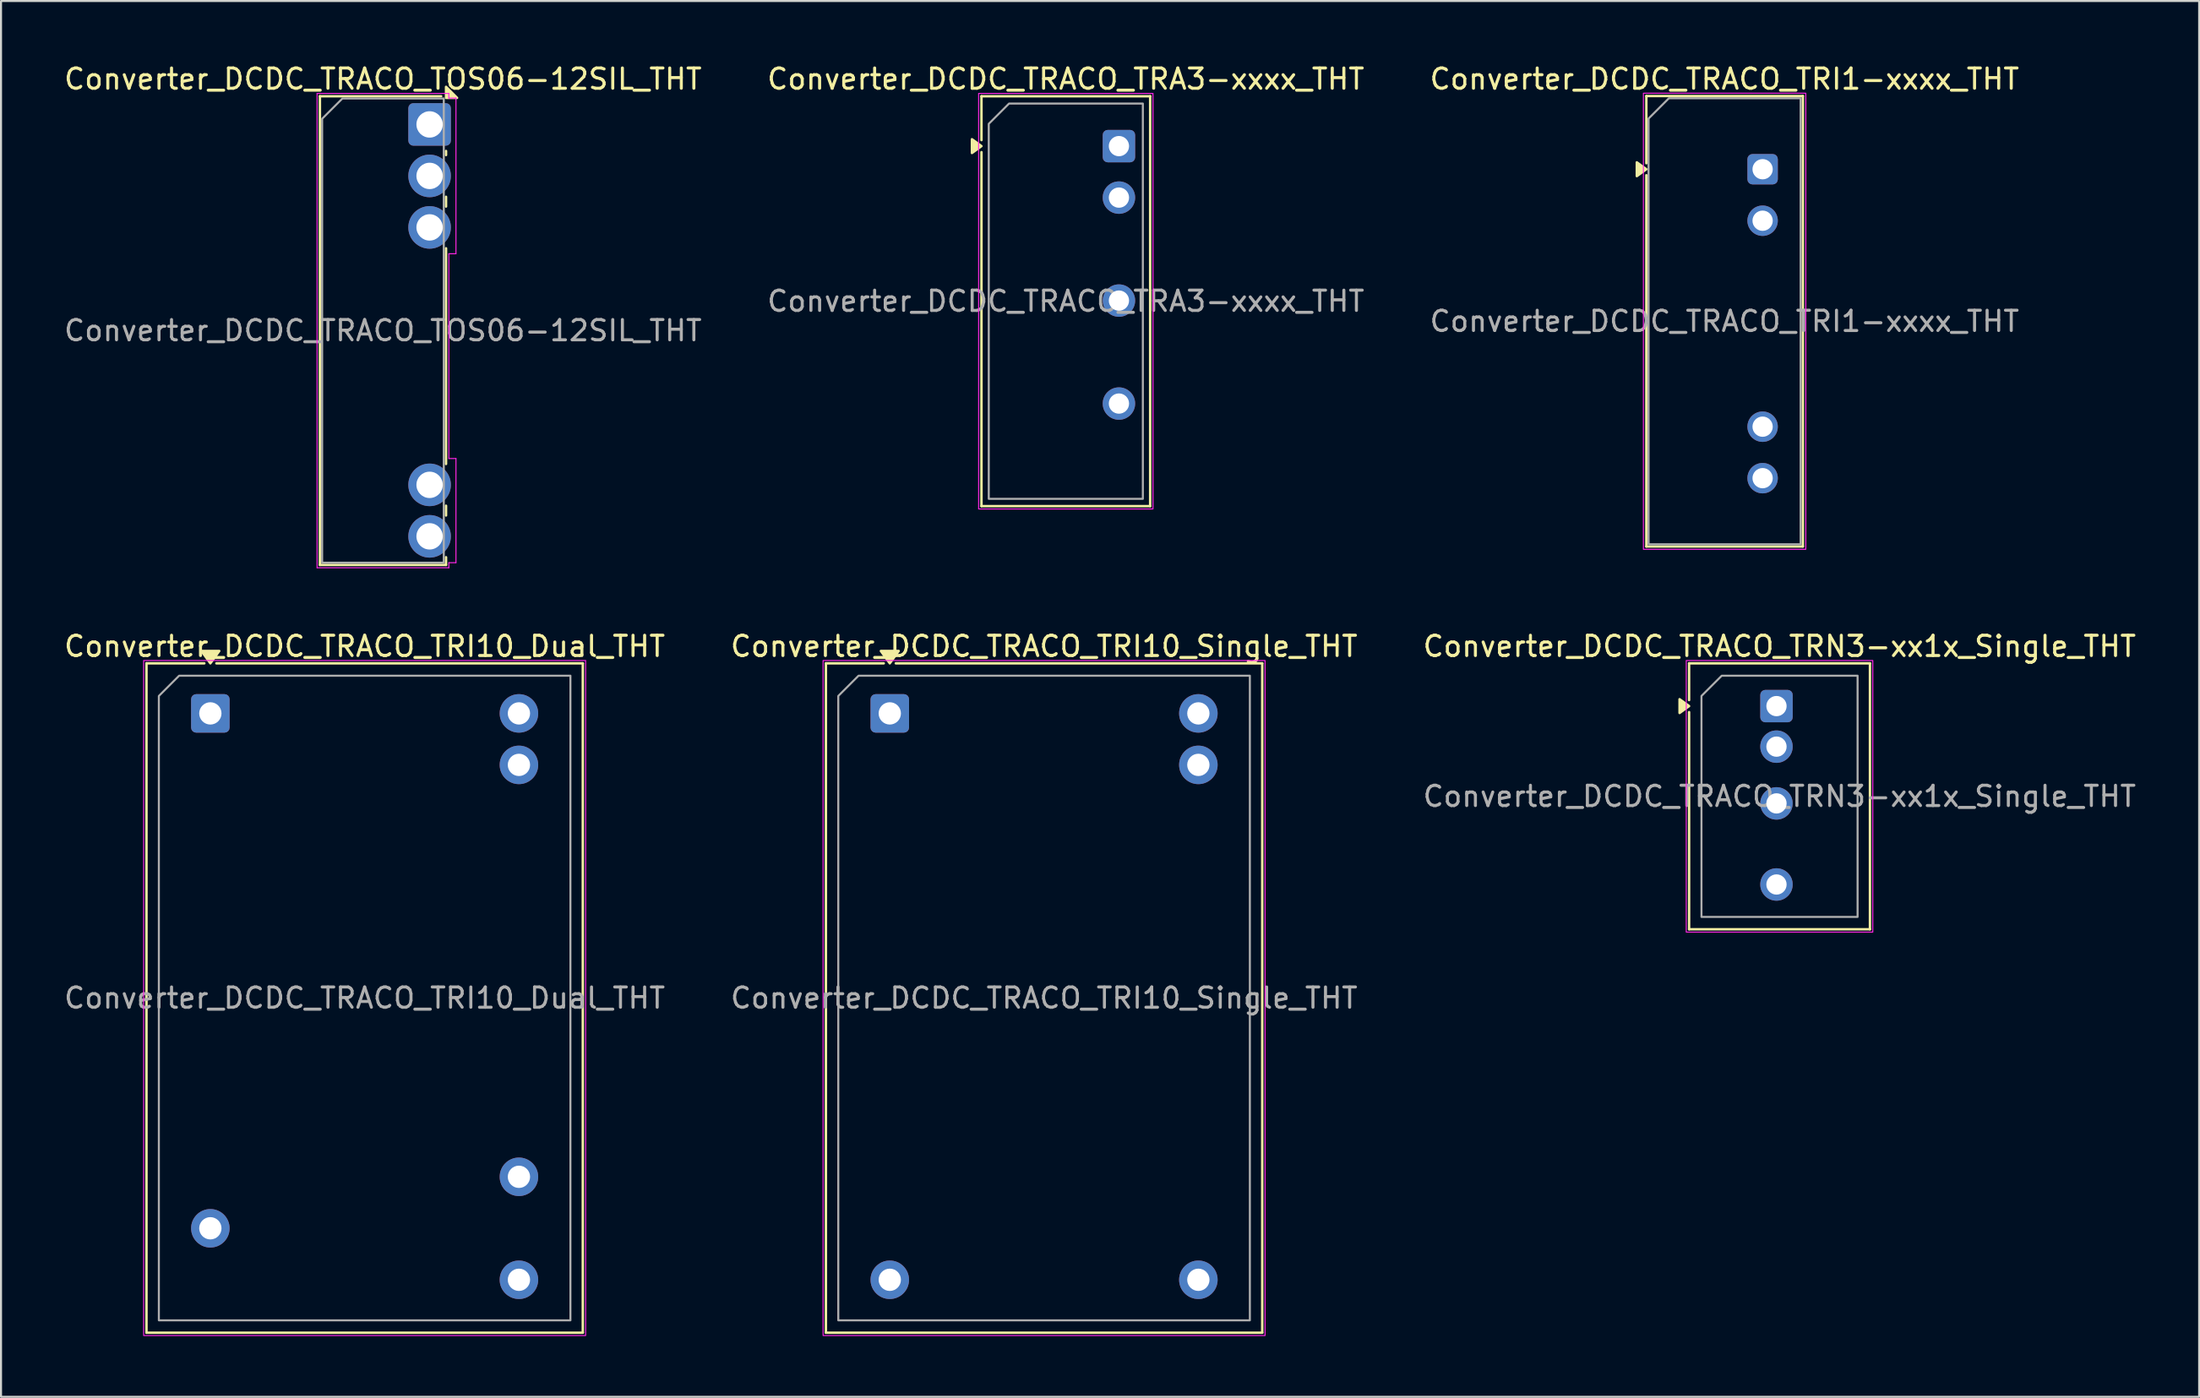
<source format=kicad_pcb>
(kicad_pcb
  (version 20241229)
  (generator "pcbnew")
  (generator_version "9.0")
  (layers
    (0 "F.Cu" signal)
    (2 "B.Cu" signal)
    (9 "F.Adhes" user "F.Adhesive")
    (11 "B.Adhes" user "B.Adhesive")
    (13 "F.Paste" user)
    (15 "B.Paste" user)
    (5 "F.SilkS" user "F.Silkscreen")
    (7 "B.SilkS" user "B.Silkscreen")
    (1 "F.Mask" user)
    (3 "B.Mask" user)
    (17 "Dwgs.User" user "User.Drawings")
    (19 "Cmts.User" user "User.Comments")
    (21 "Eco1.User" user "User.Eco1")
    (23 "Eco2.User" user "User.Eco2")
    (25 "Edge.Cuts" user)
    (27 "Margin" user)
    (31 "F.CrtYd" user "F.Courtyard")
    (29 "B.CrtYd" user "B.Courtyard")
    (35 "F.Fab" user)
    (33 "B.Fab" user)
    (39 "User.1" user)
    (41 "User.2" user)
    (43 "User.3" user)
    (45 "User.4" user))
  (footprint "Converter_DCDC_TRACO_TOS06-12SIL_THT"
    (layer "F.Cu")
    (at 18.139 3.088)
    (property "Reference" "Converter_DCDC_TRACO_TOS06-12SIL_THT" (at -2.3 -2.24 0) (layer "F.SilkS") (effects (font (size 1 1) (thickness 0.15))))
    (attr through_hole)
    (fp_line (start -5.41 -1.39) (end 0.57 -1.39) (stroke (width 0.12) (type solid)) (layer "F.SilkS"))
    (fp_line (start -5.41 21.73) (end -5.41 -1.39) (stroke (width 0.12) (type solid)) (layer "F.SilkS"))
    (fp_line (start 0.81 1.31) (end 0.81 1.51) (stroke (width 0.12) (type solid)) (layer "F.SilkS"))
    (fp_line (start 0.81 3.57) (end 0.81 4.05) (stroke (width 0.12) (type solid)) (layer "F.SilkS"))
    (fp_line (start 0.81 6.11) (end 0.81 16.75) (stroke (width 0.12) (type solid)) (layer "F.SilkS"))
    (fp_line (start 0.81 18.81) (end 0.81 19.29) (stroke (width 0.12) (type solid)) (layer "F.SilkS"))
    (fp_line (start 0.81 21.35) (end 0.81 21.73) (stroke (width 0.12) (type solid)) (layer "F.SilkS"))
    (fp_line (start 0.81 21.73) (end -5.41 21.73) (stroke (width 0.12) (type solid)) (layer "F.SilkS"))
    (fp_poly (pts (xy 0.81 -1.31) (xy 0.81 -1.854) (xy 1.354 -1.31)) (stroke (width 0.12) (type solid)) (fill yes) (layer "F.SilkS"))
    (fp_line (start -5.55 -1.53) (end 0.95 -1.53) (stroke (width 0.05) (type solid)) (layer "F.CrtYd"))
    (fp_line (start -5.55 21.87) (end -5.55 -1.53) (stroke (width 0.05) (type solid)) (layer "F.CrtYd"))
    (fp_line (start 0.95 -1.53) (end 0.95 -1.3) (stroke (width 0.05) (type solid)) (layer "F.CrtYd"))
    (fp_line (start 0.95 -1.3) (end 1.3 -1.3) (stroke (width 0.05) (type solid)) (layer "F.CrtYd"))
    (fp_line (start 0.95 6.38) (end 0.95 16.48) (stroke (width 0.05) (type solid)) (layer "F.CrtYd"))
    (fp_line (start 0.95 16.48) (end 1.3 16.48) (stroke (width 0.05) (type solid)) (layer "F.CrtYd"))
    (fp_line (start 0.95 21.62) (end 0.95 21.87) (stroke (width 0.05) (type solid)) (layer "F.CrtYd"))
    (fp_line (start 0.95 21.87) (end -5.55 21.87) (stroke (width 0.05) (type solid)) (layer "F.CrtYd"))
    (fp_line (start 1.3 -1.3) (end 1.3 6.38) (stroke (width 0.05) (type solid)) (layer "F.CrtYd"))
    (fp_line (start 1.3 6.38) (end 0.95 6.38) (stroke (width 0.05) (type solid)) (layer "F.CrtYd"))
    (fp_line (start 1.3 16.48) (end 1.3 21.62) (stroke (width 0.05) (type solid)) (layer "F.CrtYd"))
    (fp_line (start 1.3 21.62) (end 0.95 21.62) (stroke (width 0.05) (type solid)) (layer "F.CrtYd"))
    (fp_poly (pts (xy -5.3 -0.28) (xy -5.3 21.62) (xy 0.7 21.62) (xy 0.7 -1.28) (xy -4.3 -1.28)) (stroke (width 0.1) (type solid)) (fill no) (layer "F.Fab"))
    (fp_text user "${REFERENCE}" (at -2.3 10.17 0) (layer "F.Fab") (effects (font (size 1 1) (thickness 0.15))))
    (pad "1" thru_hole roundrect (at 0 0) (size 2.1 2.1) (drill 1.3) (layers "*.Cu" "*.Mask") (roundrect_rratio 0.119))
    (pad "2" thru_hole circle (at 0 2.54) (size 2.1 2.1) (drill 1.3) (layers "*.Cu" "*.Mask"))
    (pad "3" thru_hole circle (at 0 5.08) (size 2.1 2.1) (drill 1.3) (layers "*.Cu" "*.Mask"))
    (pad "4" thru_hole circle (at 0 17.78) (size 2.1 2.1) (drill 1.3) (layers "*.Cu" "*.Mask"))
    (pad "5" thru_hole circle (at 0 20.32) (size 2.1 2.1) (drill 1.3) (layers "*.Cu" "*.Mask")))
  (footprint "Converter_DCDC_TRACO_TRI10_Dual_THT"
    (layer "F.Cu")
    (at 7.325 32.142)
    (property "Reference" "Converter_DCDC_TRACO_TRI10_Dual_THT" (at 7.61 -3.31 0) (layer "F.SilkS") (effects (font (size 1 1) (thickness 0.15))))
    (attr through_hole)
    (fp_line (start -3.15 -2.47) (end -0.296 -2.47) (stroke (width 0.12) (type solid)) (layer "F.SilkS"))
    (fp_line (start -3.15 30.55) (end -3.15 -2.47) (stroke (width 0.12) (type solid)) (layer "F.SilkS"))
    (fp_line (start 0.296 -2.47) (end 18.37 -2.47) (stroke (width 0.12) (type solid)) (layer "F.SilkS"))
    (fp_line (start 18.37 -2.47) (end 18.37 30.55) (stroke (width 0.12) (type solid)) (layer "F.SilkS"))
    (fp_line (start 18.37 30.55) (end -3.15 30.55) (stroke (width 0.12) (type solid)) (layer "F.SilkS"))
    (fp_poly (pts (xy 0 -2.47) (xy -0.44 -3.08) (xy 0.44 -3.08)) (stroke (width 0.12) (type solid)) (fill yes) (layer "F.SilkS"))
    (fp_rect (start -3.29 -2.61) (end 18.51 30.69) (stroke (width 0.05) (type solid)) (fill no) (layer "F.CrtYd"))
    (fp_poly (pts (xy -2.54 -0.86) (xy -2.54 29.94) (xy 17.76 29.94) (xy 17.76 -1.86) (xy -1.54 -1.86)) (stroke (width 0.1) (type solid)) (fill no) (layer "F.Fab"))
    (fp_text user "${REFERENCE}" (at 7.61 14.04 0) (layer "F.Fab") (effects (font (size 1 1) (thickness 0.15))))
    (pad "1" thru_hole roundrect (at 0 0) (size 1.9 1.9) (drill 1.1) (layers "*.Cu" "*.Mask") (roundrect_rratio 0.132))
    (pad "11" thru_hole circle (at 0 25.4) (size 1.9 1.9) (drill 1.1) (layers "*.Cu" "*.Mask"))
    (pad "13" thru_hole circle (at 15.22 27.94) (size 1.9 1.9) (drill 1.1) (layers "*.Cu" "*.Mask"))
    (pad "15" thru_hole circle (at 15.22 22.86) (size 1.9 1.9) (drill 1.1) (layers "*.Cu" "*.Mask"))
    (pad "23" thru_hole circle (at 15.22 2.54) (size 1.9 1.9) (drill 1.1) (layers "*.Cu" "*.Mask"))
    (pad "24" thru_hole circle (at 15.22 0) (size 1.9 1.9) (drill 1.1) (layers "*.Cu" "*.Mask")))
  (footprint "Converter_DCDC_TRACO_TRN3-xx1x_Single_THT"
    (layer "F.Cu")
    (at 84.57 31.782)
    (property "Reference" "Converter_DCDC_TRACO_TRN3-xx1x_Single_THT" (at 0.15 -2.95 0) (layer "F.SilkS") (effects (font (size 1 1) (thickness 0.15))))
    (attr through_hole)
    (fp_line (start -4.31 -2.11) (end 4.61 -2.11) (stroke (width 0.12) (type solid)) (layer "F.SilkS"))
    (fp_line (start -4.31 -0.296) (end -4.31 -2.11) (stroke (width 0.12) (type solid)) (layer "F.SilkS"))
    (fp_line (start -4.31 11.01) (end -4.31 0.296) (stroke (width 0.12) (type solid)) (layer "F.SilkS"))
    (fp_line (start 4.61 -2.11) (end 4.61 11.01) (stroke (width 0.12) (type solid)) (layer "F.SilkS"))
    (fp_line (start 4.61 11.01) (end -4.31 11.01) (stroke (width 0.12) (type solid)) (layer "F.SilkS"))
    (fp_poly (pts (xy -4.31 0) (xy -4.78 0.34) (xy -4.78 -0.34)) (stroke (width 0.12) (type solid)) (fill yes) (layer "F.SilkS"))
    (fp_rect (start -4.45 -2.25) (end 4.75 11.15) (stroke (width 0.05) (type solid)) (fill no) (layer "F.CrtYd"))
    (fp_poly (pts (xy -3.7 -0.5) (xy -3.7 10.4) (xy 4 10.4) (xy 4 -1.5) (xy -2.7 -1.5)) (stroke (width 0.1) (type solid)) (fill no) (layer "F.Fab"))
    (fp_text user "${REFERENCE}" (at 0.15 4.45 0) (layer "F.Fab") (effects (font (size 1 1) (thickness 0.15))))
    (pad "1" thru_hole roundrect (at 0 0) (size 1.6 1.6) (drill 1) (layers "*.Cu" "*.Mask") (roundrect_rratio 0.156))
    (pad "2" thru_hole circle (at 0 2) (size 1.6 1.6) (drill 1) (layers "*.Cu" "*.Mask"))
    (pad "3" thru_hole circle (at 0 4.8) (size 1.6 1.6) (drill 1) (layers "*.Cu" "*.Mask"))
    (pad "5" thru_hole circle (at 0 8.8) (size 1.6 1.6) (drill 1) (layers "*.Cu" "*.Mask")))
  (footprint "Converter_DCDC_TRACO_TRI1-xxxx_THT"
    (layer "F.Cu")
    (at 83.886 5.298)
    (property "Reference" "Converter_DCDC_TRACO_TRI1-xxxx_THT" (at -1.88 -4.45 0) (layer "F.SilkS") (effects (font (size 1 1) (thickness 0.15))))
    (attr through_hole)
    (fp_line (start -5.735 -3.61) (end 1.985 -3.61) (stroke (width 0.12) (type solid)) (layer "F.SilkS"))
    (fp_line (start -5.735 -0.296) (end -5.735 -3.61) (stroke (width 0.12) (type solid)) (layer "F.SilkS"))
    (fp_line (start -5.735 18.61) (end -5.735 0.296) (stroke (width 0.12) (type solid)) (layer "F.SilkS"))
    (fp_line (start 1.985 -3.61) (end 1.985 18.61) (stroke (width 0.12) (type solid)) (layer "F.SilkS"))
    (fp_line (start 1.985 18.61) (end -5.735 18.61) (stroke (width 0.12) (type solid)) (layer "F.SilkS"))
    (fp_poly (pts (xy -5.735 0) (xy -6.205 0.34) (xy -6.205 -0.34)) (stroke (width 0.12) (type solid)) (fill yes) (layer "F.SilkS"))
    (fp_rect (start -5.88 -3.75) (end 2.13 18.75) (stroke (width 0.05) (type solid)) (fill no) (layer "F.CrtYd"))
    (fp_poly (pts (xy -5.625 -2.5) (xy -5.625 18.5) (xy 1.875 18.5) (xy 1.875 -3.5) (xy -4.625 -3.5)) (stroke (width 0.1) (type solid)) (fill no) (layer "F.Fab"))
    (fp_text user "${REFERENCE}" (at -1.88 7.5 0) (layer "F.Fab") (effects (font (size 1 1) (thickness 0.15))))
    (pad "1" thru_hole roundrect (at 0 0) (size 1.5 1.5) (drill 1) (layers "*.Cu" "*.Mask") (roundrect_rratio 0.167))
    (pad "2" thru_hole circle (at 0 2.54) (size 1.5 1.5) (drill 1) (layers "*.Cu" "*.Mask"))
    (pad "6" thru_hole circle (at 0 12.7) (size 1.5 1.5) (drill 1) (layers "*.Cu" "*.Mask"))
    (pad "7" thru_hole circle (at 0 15.24) (size 1.5 1.5) (drill 1) (layers "*.Cu" "*.Mask")))
  (footprint "Converter_DCDC_TRACO_TRI10_Single_THT"
    (layer "F.Cu")
    (at 40.836 32.142)
    (property "Reference" "Converter_DCDC_TRACO_TRI10_Single_THT" (at 7.61 -3.31 0) (layer "F.SilkS") (effects (font (size 1 1) (thickness 0.15))))
    (attr through_hole)
    (fp_line (start -3.15 -2.47) (end -0.296 -2.47) (stroke (width 0.12) (type solid)) (layer "F.SilkS"))
    (fp_line (start -3.15 30.55) (end -3.15 -2.47) (stroke (width 0.12) (type solid)) (layer "F.SilkS"))
    (fp_line (start 0.296 -2.47) (end 18.37 -2.47) (stroke (width 0.12) (type solid)) (layer "F.SilkS"))
    (fp_line (start 18.37 -2.47) (end 18.37 30.55) (stroke (width 0.12) (type solid)) (layer "F.SilkS"))
    (fp_line (start 18.37 30.55) (end -3.15 30.55) (stroke (width 0.12) (type solid)) (layer "F.SilkS"))
    (fp_poly (pts (xy 0 -2.47) (xy -0.44 -3.08) (xy 0.44 -3.08)) (stroke (width 0.12) (type solid)) (fill yes) (layer "F.SilkS"))
    (fp_rect (start -3.29 -2.61) (end 18.51 30.69) (stroke (width 0.05) (type solid)) (fill no) (layer "F.CrtYd"))
    (fp_poly (pts (xy -2.54 -0.86) (xy -2.54 29.94) (xy 17.76 29.94) (xy 17.76 -1.86) (xy -1.54 -1.86)) (stroke (width 0.1) (type solid)) (fill no) (layer "F.Fab"))
    (fp_text user "${REFERENCE}" (at 7.61 14.04 0) (layer "F.Fab") (effects (font (size 1 1) (thickness 0.15))))
    (pad "1" thru_hole roundrect (at 0 0) (size 1.9 1.9) (drill 1.1) (layers "*.Cu" "*.Mask") (roundrect_rratio 0.132))
    (pad "12" thru_hole circle (at 0 27.94) (size 1.9 1.9) (drill 1.1) (layers "*.Cu" "*.Mask"))
    (pad "13" thru_hole circle (at 15.22 27.94) (size 1.9 1.9) (drill 1.1) (layers "*.Cu" "*.Mask"))
    (pad "23" thru_hole circle (at 15.22 2.54) (size 1.9 1.9) (drill 1.1) (layers "*.Cu" "*.Mask"))
    (pad "24" thru_hole circle (at 15.22 0) (size 1.9 1.9) (drill 1.1) (layers "*.Cu" "*.Mask")))
  (footprint "Converter_DCDC_TRACO_TRA3-xxxx_THT"
    (layer "F.Cu")
    (at 52.138 4.158)
    (property "Reference" "Converter_DCDC_TRACO_TRA3-xxxx_THT" (at -2.62 -3.31 0) (layer "F.SilkS") (effects (font (size 1 1) (thickness 0.15))))
    (attr through_hole)
    (fp_line (start -6.78 -2.46) (end 1.54 -2.46) (stroke (width 0.12) (type solid)) (layer "F.SilkS"))
    (fp_line (start -6.78 -0.296) (end -6.78 -2.46) (stroke (width 0.12) (type solid)) (layer "F.SilkS"))
    (fp_line (start -6.78 17.76) (end -6.78 0.296) (stroke (width 0.12) (type solid)) (layer "F.SilkS"))
    (fp_line (start 1.54 -2.46) (end 1.54 17.76) (stroke (width 0.12) (type solid)) (layer "F.SilkS"))
    (fp_line (start 1.54 17.76) (end -6.78 17.76) (stroke (width 0.12) (type solid)) (layer "F.SilkS"))
    (fp_poly (pts (xy -6.78 0) (xy -7.25 0.34) (xy -7.25 -0.34)) (stroke (width 0.12) (type solid)) (fill yes) (layer "F.SilkS"))
    (fp_rect (start -6.92 -2.6) (end 1.68 17.9) (stroke (width 0.05) (type solid)) (fill no) (layer "F.CrtYd"))
    (fp_poly (pts (xy -6.42 -1.1) (xy -6.42 17.4) (xy 1.18 17.4) (xy 1.18 -2.1) (xy -5.42 -2.1)) (stroke (width 0.1) (type solid)) (fill no) (layer "F.Fab"))
    (fp_text user "${REFERENCE}" (at -2.62 7.65 0) (layer "F.Fab") (effects (font (size 1 1) (thickness 0.15))))
    (pad "1" thru_hole roundrect (at 0 0) (size 1.6 1.6) (drill 1) (layers "*.Cu" "*.Mask") (roundrect_rratio 0.156))
    (pad "2" thru_hole circle (at 0 2.54) (size 1.6 1.6) (drill 1) (layers "*.Cu" "*.Mask"))
    (pad "4" thru_hole circle (at 0 7.62) (size 1.6 1.6) (drill 1) (layers "*.Cu" "*.Mask"))
    (pad "6" thru_hole circle (at 0 12.7) (size 1.6 1.6) (drill 1) (layers "*.Cu" "*.Mask")))
  (gr_rect
    (start -3 -3)
    (end 105.417 65.856)
    (stroke (width 0.1) (type default))
    (fill no)
    (layer "Edge.Cuts")))
</source>
